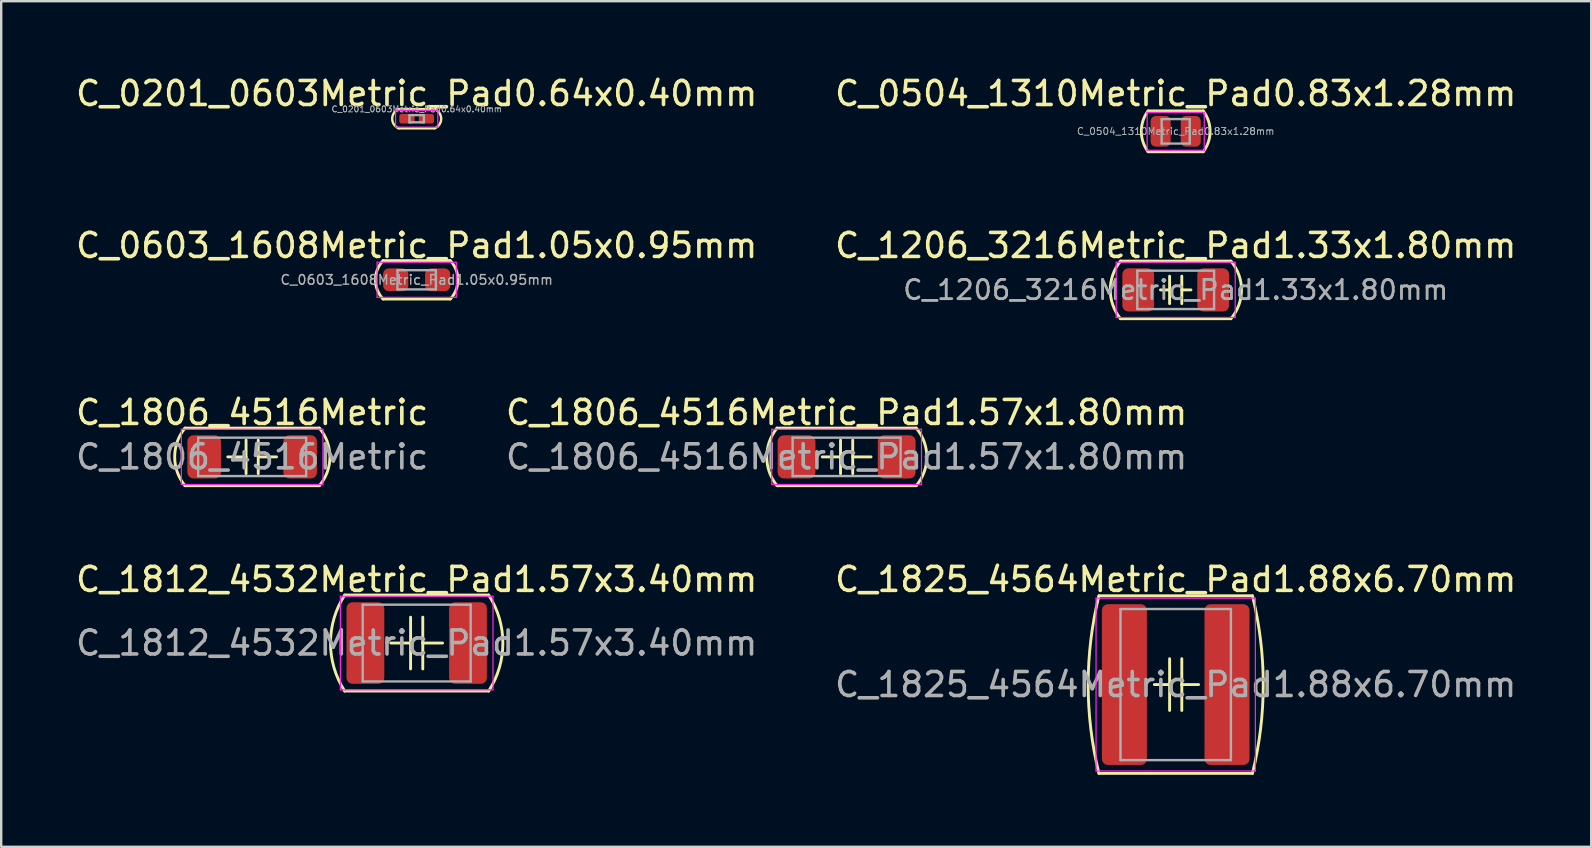
<source format=kicad_pcb>
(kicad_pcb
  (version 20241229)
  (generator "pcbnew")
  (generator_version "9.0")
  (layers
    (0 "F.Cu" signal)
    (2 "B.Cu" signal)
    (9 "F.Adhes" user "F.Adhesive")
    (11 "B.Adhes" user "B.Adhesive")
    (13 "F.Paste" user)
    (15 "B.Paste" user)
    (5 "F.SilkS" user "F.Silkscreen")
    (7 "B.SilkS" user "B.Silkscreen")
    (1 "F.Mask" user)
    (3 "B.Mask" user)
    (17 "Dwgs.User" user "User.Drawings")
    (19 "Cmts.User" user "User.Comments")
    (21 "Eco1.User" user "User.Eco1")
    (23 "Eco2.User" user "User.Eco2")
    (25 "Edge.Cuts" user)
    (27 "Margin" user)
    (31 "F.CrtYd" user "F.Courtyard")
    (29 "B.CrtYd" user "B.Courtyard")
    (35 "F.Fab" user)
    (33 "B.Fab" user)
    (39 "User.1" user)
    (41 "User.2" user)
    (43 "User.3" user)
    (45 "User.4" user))
  (footprint "C_1825_4564Metric_Pad1.88x6.70mm"
    (layer "F.Cu")
    (at 45.946 25.479)
    (property "Reference" "C_1825_4564Metric_Pad1.88x6.70mm" (at 0 -4.381 0) (layer "F.SilkS") (effects (font (size 1 1) (thickness 0.15))))
    (attr smd)
    (fp_line (start -3.2 3.7) (end 3.2 3.7) (stroke (width 0.12) (type solid)) (layer "F.SilkS"))
    (fp_line (start -0.254 -1.079) (end -0.254 0) (stroke (width 0.12) (type solid)) (layer "F.SilkS"))
    (fp_line (start -0.254 0) (end -0.889 0) (stroke (width 0.12) (type solid)) (layer "F.SilkS"))
    (fp_line (start -0.254 0) (end -0.254 1.079) (stroke (width 0.12) (type solid)) (layer "F.SilkS"))
    (fp_line (start 0.254 -1.079) (end 0.254 0) (stroke (width 0.12) (type solid)) (layer "F.SilkS"))
    (fp_line (start 0.254 0) (end 0.254 1.079) (stroke (width 0.12) (type solid)) (layer "F.SilkS"))
    (fp_line (start 0.254 0) (end 0.953 0) (stroke (width 0.12) (type solid)) (layer "F.SilkS"))
    (fp_line (start 3.2 -3.7) (end -3.2 -3.7) (stroke (width 0.12) (type solid)) (layer "F.SilkS"))
    (fp_arc (start -3.2 3.7) (mid -3.64832 0) (end -3.2 -3.7) (stroke (width 0.12) (type solid)) (layer "F.SilkS"))
    (fp_arc (start 3.2 -3.7) (mid 3.64832 0) (end 3.2 3.7) (stroke (width 0.12) (type solid)) (layer "F.SilkS"))
    (fp_line (start -3.32 -3.6) (end 3.32 -3.6) (stroke (width 0.05) (type solid)) (layer "F.CrtYd"))
    (fp_line (start -3.32 3.6) (end -3.32 -3.6) (stroke (width 0.05) (type solid)) (layer "F.CrtYd"))
    (fp_line (start 3.32 -3.6) (end 3.32 3.6) (stroke (width 0.05) (type solid)) (layer "F.CrtYd"))
    (fp_line (start 3.32 3.6) (end -3.32 3.6) (stroke (width 0.05) (type solid)) (layer "F.CrtYd"))
    (fp_line (start -2.3 -3.15) (end 2.3 -3.15) (stroke (width 0.1) (type solid)) (layer "F.Fab"))
    (fp_line (start -2.3 3.15) (end -2.3 -3.15) (stroke (width 0.1) (type solid)) (layer "F.Fab"))
    (fp_line (start 2.3 -3.15) (end 2.3 3.15) (stroke (width 0.1) (type solid)) (layer "F.Fab"))
    (fp_line (start 2.3 3.15) (end -2.3 3.15) (stroke (width 0.1) (type solid)) (layer "F.Fab"))
    (fp_text user "${REFERENCE}" (at 0 0 0) (layer "F.Fab") (effects (font (size 1 1) (thickness 0.15))))
    (pad "1" smd roundrect (at -2.138 0) (size 1.875 6.7) (layers "F.Cu" "F.Mask" "F.Paste") (roundrect_rratio 0.133))
    (pad "2" smd roundrect (at 2.138 0) (size 1.875 6.7) (layers "F.Cu" "F.Mask" "F.Paste") (roundrect_rratio 0.133)))
  (footprint "C_1806_4516Metric"
    (layer "F.Cu")
    (at 7.458 15.99)
    (property "Reference" "C_1806_4516Metric" (at 0 -1.85 0) (layer "F.SilkS") (effects (font (size 1 1) (thickness 0.15))))
    (attr smd)
    (fp_line (start -2.8 1.2) (end 2.8 1.2) (stroke (width 0.12) (type solid)) (layer "F.SilkS"))
    (fp_line (start -1.016 0) (end -0.254 0) (stroke (width 0.12) (type solid)) (layer "F.SilkS"))
    (fp_line (start -0.254 -0.699) (end -0.254 0.699) (stroke (width 0.12) (type solid)) (layer "F.SilkS"))
    (fp_line (start 0.254 -0.699) (end 0.254 0.699) (stroke (width 0.12) (type solid)) (layer "F.SilkS"))
    (fp_line (start 0.254 0) (end 1.016 0) (stroke (width 0.12) (type solid)) (layer "F.SilkS"))
    (fp_line (start 2.8 -1.2) (end -2.8 -1.2) (stroke (width 0.12) (type solid)) (layer "F.SilkS"))
    (fp_arc (start -2.8 1.2) (mid -3.228355 0) (end -2.8 -1.2) (stroke (width 0.12) (type solid)) (layer "F.SilkS"))
    (fp_arc (start 2.8 -1.2) (mid 3.241073 0) (end 2.8 1.2) (stroke (width 0.12) (type solid)) (layer "F.SilkS"))
    (fp_line (start -2.95 -1.15) (end 2.95 -1.15) (stroke (width 0.05) (type solid)) (layer "F.CrtYd"))
    (fp_line (start -2.95 1.15) (end -2.95 -1.15) (stroke (width 0.05) (type solid)) (layer "F.CrtYd"))
    (fp_line (start 2.95 -1.15) (end 2.95 1.15) (stroke (width 0.05) (type solid)) (layer "F.CrtYd"))
    (fp_line (start 2.95 1.15) (end -2.95 1.15) (stroke (width 0.05) (type solid)) (layer "F.CrtYd"))
    (fp_line (start -2.25 -0.8) (end 2.25 -0.8) (stroke (width 0.1) (type solid)) (layer "F.Fab"))
    (fp_line (start -2.25 0.8) (end -2.25 -0.8) (stroke (width 0.1) (type solid)) (layer "F.Fab"))
    (fp_line (start 2.25 -0.8) (end 2.25 0.8) (stroke (width 0.1) (type solid)) (layer "F.Fab"))
    (fp_line (start 2.25 0.8) (end -2.25 0.8) (stroke (width 0.1) (type solid)) (layer "F.Fab"))
    (fp_text user "${REFERENCE}" (at 0 0 0) (layer "F.Fab") (effects (font (size 1 1) (thickness 0.15))))
    (pad "1" smd roundrect (at -2 0) (size 1.4 1.8) (layers "F.Cu" "F.Mask" "F.Paste") (roundrect_rratio 0.179))
    (pad "2" smd roundrect (at 2 0) (size 1.4 1.8) (layers "F.Cu" "F.Mask" "F.Paste") (roundrect_rratio 0.179)))
  (footprint "C_1206_3216Metric_Pad1.33x1.80mm"
    (layer "F.Cu")
    (at 45.946 9.031)
    (property "Reference" "C_1206_3216Metric_Pad1.33x1.80mm" (at 0 -1.85 0) (layer "F.SilkS") (effects (font (size 1 1) (thickness 0.15))))
    (attr smd)
    (fp_line (start -2.3 1.2) (end 2.3 1.2) (stroke (width 0.12) (type solid)) (layer "F.SilkS"))
    (fp_line (start -0.254 -0.572) (end -0.254 0.572) (stroke (width 0.12) (type solid)) (layer "F.SilkS"))
    (fp_line (start -0.254 0) (end -0.635 0) (stroke (width 0.12) (type solid)) (layer "F.SilkS"))
    (fp_line (start 0.254 -0.572) (end 0.254 0.572) (stroke (width 0.12) (type solid)) (layer "F.SilkS"))
    (fp_line (start 0.254 0) (end 0.635 0) (stroke (width 0.12) (type solid)) (layer "F.SilkS"))
    (fp_line (start 2.3 -1.2) (end -2.3 -1.2) (stroke (width 0.12) (type solid)) (layer "F.SilkS"))
    (fp_arc (start -2.3 1.2) (mid -2.726625 0) (end -2.3 -1.2) (stroke (width 0.12) (type solid)) (layer "F.SilkS"))
    (fp_arc (start 2.3 -1.2) (mid 2.741962 0) (end 2.3 1.2) (stroke (width 0.12) (type solid)) (layer "F.SilkS"))
    (fp_line (start -2.48 -1.15) (end 2.48 -1.15) (stroke (width 0.05) (type solid)) (layer "F.CrtYd"))
    (fp_line (start -2.48 1.15) (end -2.48 -1.15) (stroke (width 0.05) (type solid)) (layer "F.CrtYd"))
    (fp_line (start 2.48 -1.15) (end 2.48 1.15) (stroke (width 0.05) (type solid)) (layer "F.CrtYd"))
    (fp_line (start 2.48 1.15) (end -2.48 1.15) (stroke (width 0.05) (type solid)) (layer "F.CrtYd"))
    (fp_line (start -1.6 -0.8) (end 1.6 -0.8) (stroke (width 0.1) (type solid)) (layer "F.Fab"))
    (fp_line (start -1.6 0.8) (end -1.6 -0.8) (stroke (width 0.1) (type solid)) (layer "F.Fab"))
    (fp_line (start 1.6 -0.8) (end 1.6 0.8) (stroke (width 0.1) (type solid)) (layer "F.Fab"))
    (fp_line (start 1.6 0.8) (end -1.6 0.8) (stroke (width 0.1) (type solid)) (layer "F.Fab"))
    (fp_text user "${REFERENCE}" (at 0 0 0) (layer "F.Fab") (effects (font (size 0.8 0.8) (thickness 0.12))))
    (pad "1" smd roundrect (at -1.562 0) (size 1.325 1.8) (layers "F.Cu" "F.Mask" "F.Paste") (roundrect_rratio 0.189))
    (pad "2" smd roundrect (at 1.562 0) (size 1.325 1.8) (layers "F.Cu" "F.Mask" "F.Paste") (roundrect_rratio 0.189)))
  (footprint "C_0504_1310Metric_Pad0.83x1.28mm"
    (layer "F.Cu")
    (at 45.946 2.423)
    (property "Reference" "C_0504_1310Metric_Pad0.83x1.28mm" (at 0 -1.575 0) (layer "F.SilkS") (effects (font (size 1 1) (thickness 0.15))))
    (attr smd)
    (fp_line (start -1.15 0.85) (end 1.15 0.85) (stroke (width 0.12) (type solid)) (layer "F.SilkS"))
    (fp_line (start 1.15 -0.85) (end -1.15 -0.85) (stroke (width 0.12) (type solid)) (layer "F.SilkS"))
    (fp_arc (start -1.15 0.85) (mid -1.432958 0) (end -1.15 -0.85) (stroke (width 0.12) (type solid)) (layer "F.SilkS"))
    (fp_arc (start 1.15 -0.85) (mid 1.432958 0) (end 1.15 0.85) (stroke (width 0.12) (type solid)) (layer "F.SilkS"))
    (fp_line (start -1.19 -0.79) (end 1.19 -0.79) (stroke (width 0.05) (type solid)) (layer "F.CrtYd"))
    (fp_line (start -1.19 0.79) (end -1.19 -0.79) (stroke (width 0.05) (type solid)) (layer "F.CrtYd"))
    (fp_line (start 1.19 -0.79) (end 1.19 0.79) (stroke (width 0.05) (type solid)) (layer "F.CrtYd"))
    (fp_line (start 1.19 0.79) (end -1.19 0.79) (stroke (width 0.05) (type solid)) (layer "F.CrtYd"))
    (fp_line (start -0.585 -0.51) (end 0.585 -0.51) (stroke (width 0.1) (type solid)) (layer "F.Fab"))
    (fp_line (start -0.585 0.51) (end -0.585 -0.51) (stroke (width 0.1) (type solid)) (layer "F.Fab"))
    (fp_line (start 0.585 -0.51) (end 0.585 0.51) (stroke (width 0.1) (type solid)) (layer "F.Fab"))
    (fp_line (start 0.585 0.51) (end -0.585 0.51) (stroke (width 0.1) (type solid)) (layer "F.Fab"))
    (fp_text user "${REFERENCE}" (at 0 0 0) (layer "F.Fab") (effects (font (size 0.29 0.29) (thickness 0.04))))
    (pad "1" smd roundrect (at -0.627 0) (size 0.835 1.28) (layers "F.Cu" "F.Mask" "F.Paste") (roundrect_rratio 0.25))
    (pad "2" smd roundrect (at 0.627 0) (size 0.835 1.28) (layers "F.Cu" "F.Mask" "F.Paste") (roundrect_rratio 0.25)))
  (footprint "C_0201_0603Metric_Pad0.64x0.40mm"
    (layer "F.Cu")
    (at 14.315 1.898)
    (property "Reference" "C_0201_0603Metric_Pad0.64x0.40mm" (at 0 -1.05 0) (layer "F.SilkS") (effects (font (size 1 1) (thickness 0.15))))
    (attr smd)
    (fp_line (start -0.75 0.4) (end 0.75 0.4) (stroke (width 0.1) (type solid)) (layer "F.SilkS"))
    (fp_line (start 0.75 -0.4) (end -0.75 -0.4) (stroke (width 0.1) (type solid)) (layer "F.SilkS"))
    (fp_arc (start -0.75 0.399998) (mid -1.020814 -0.000001) (end -0.75 -0.4) (stroke (width 0.1) (type solid)) (layer "F.SilkS"))
    (fp_arc (start 0.75 -0.4) (mid 1.020814 0) (end 0.75 0.4) (stroke (width 0.1) (type solid)) (layer "F.SilkS"))
    (fp_line (start -0.88 -0.35) (end 0.88 -0.35) (stroke (width 0.05) (type solid)) (layer "F.CrtYd"))
    (fp_line (start -0.88 0.35) (end -0.88 -0.35) (stroke (width 0.05) (type solid)) (layer "F.CrtYd"))
    (fp_line (start 0.88 -0.35) (end 0.88 0.35) (stroke (width 0.05) (type solid)) (layer "F.CrtYd"))
    (fp_line (start 0.88 0.35) (end -0.88 0.35) (stroke (width 0.05) (type solid)) (layer "F.CrtYd"))
    (fp_line (start -0.3 -0.15) (end 0.3 -0.15) (stroke (width 0.1) (type solid)) (layer "F.Fab"))
    (fp_line (start -0.3 0.15) (end -0.3 -0.15) (stroke (width 0.1) (type solid)) (layer "F.Fab"))
    (fp_line (start 0.3 -0.15) (end 0.3 0.15) (stroke (width 0.1) (type solid)) (layer "F.Fab"))
    (fp_line (start 0.3 0.15) (end -0.3 0.15) (stroke (width 0.1) (type solid)) (layer "F.Fab"))
    (fp_text user "${REFERENCE}" (at 0 -0.4 0) (layer "F.Fab") (effects (font (size 0.25 0.25) (thickness 0.04))))
    (pad "" smd roundrect (at -0.432 0) (size 0.458 0.36) (layers "F.Paste") (roundrect_rratio 0.25))
    (pad "" smd roundrect (at 0.432 0) (size 0.458 0.36) (layers "F.Paste") (roundrect_rratio 0.25))
    (pad "1" smd roundrect (at -0.407 0) (size 0.635 0.4) (layers "F.Cu" "F.Mask") (roundrect_rratio 0.25))
    (pad "2" smd roundrect (at 0.407 0) (size 0.635 0.4) (layers "F.Cu" "F.Mask") (roundrect_rratio 0.25)))
  (footprint "C_1806_4516Metric_Pad1.57x1.80mm"
    (layer "F.Cu")
    (at 32.232 15.99)
    (property "Reference" "C_1806_4516Metric_Pad1.57x1.80mm" (at 0 -1.85 0) (layer "F.SilkS") (effects (font (size 1 1) (thickness 0.15))))
    (attr smd)
    (fp_line (start -2.9 1.2) (end 2.9 1.2) (stroke (width 0.12) (type solid)) (layer "F.SilkS"))
    (fp_line (start -1.016 0) (end -0.254 0) (stroke (width 0.12) (type solid)) (layer "F.SilkS"))
    (fp_line (start -0.254 -0.699) (end -0.254 0.699) (stroke (width 0.12) (type solid)) (layer "F.SilkS"))
    (fp_line (start 0.254 -0.699) (end 0.254 0.699) (stroke (width 0.12) (type solid)) (layer "F.SilkS"))
    (fp_line (start 0.254 0) (end 1.016 0) (stroke (width 0.12) (type solid)) (layer "F.SilkS"))
    (fp_line (start 2.9 -1.2) (end -2.9 -1.2) (stroke (width 0.12) (type solid)) (layer "F.SilkS"))
    (fp_arc (start -2.9 1.2) (mid -3.328355 0) (end -2.9 -1.2) (stroke (width 0.12) (type solid)) (layer "F.SilkS"))
    (fp_arc (start 2.9 -1.2) (mid 3.341073 0) (end 2.9 1.2) (stroke (width 0.12) (type solid)) (layer "F.SilkS"))
    (fp_line (start -3.12 -1.15) (end 3.12 -1.15) (stroke (width 0.05) (type solid)) (layer "F.CrtYd"))
    (fp_line (start -3.12 1.15) (end -3.12 -1.15) (stroke (width 0.05) (type solid)) (layer "F.CrtYd"))
    (fp_line (start 3.12 -1.15) (end 3.12 1.15) (stroke (width 0.05) (type solid)) (layer "F.CrtYd"))
    (fp_line (start 3.12 1.15) (end -3.12 1.15) (stroke (width 0.05) (type solid)) (layer "F.CrtYd"))
    (fp_line (start -2.25 -0.8) (end 2.25 -0.8) (stroke (width 0.1) (type solid)) (layer "F.Fab"))
    (fp_line (start -2.25 0.8) (end -2.25 -0.8) (stroke (width 0.1) (type solid)) (layer "F.Fab"))
    (fp_line (start 2.25 -0.8) (end 2.25 0.8) (stroke (width 0.1) (type solid)) (layer "F.Fab"))
    (fp_line (start 2.25 0.8) (end -2.25 0.8) (stroke (width 0.1) (type solid)) (layer "F.Fab"))
    (fp_text user "${REFERENCE}" (at 0 0 0) (layer "F.Fab") (effects (font (size 1 1) (thickness 0.15))))
    (pad "1" smd roundrect (at -2.087 0) (size 1.575 1.8) (layers "F.Cu" "F.Mask" "F.Paste") (roundrect_rratio 0.159))
    (pad "2" smd roundrect (at 2.087 0) (size 1.575 1.8) (layers "F.Cu" "F.Mask" "F.Paste") (roundrect_rratio 0.159)))
  (footprint "C_0603_1608Metric_Pad1.05x0.95mm"
    (layer "F.Cu")
    (at 14.315 8.611)
    (property "Reference" "C_0603_1608Metric_Pad1.05x0.95mm" (at 0 -1.43 0) (layer "F.SilkS") (effects (font (size 1 1) (thickness 0.15))))
    (attr smd)
    (fp_line (start -1.4 0.8) (end 1.4 0.8) (stroke (width 0.12) (type solid)) (layer "F.SilkS"))
    (fp_line (start 1.4 -0.8) (end -1.4 -0.8) (stroke (width 0.12) (type solid)) (layer "F.SilkS"))
    (fp_arc (start -1.4 0.800002) (mid -1.719939 0.000001) (end -1.4 -0.8) (stroke (width 0.12) (type solid)) (layer "F.SilkS"))
    (fp_arc (start 1.4 -0.800002) (mid 1.719939 -0.000001) (end 1.4 0.8) (stroke (width 0.12) (type solid)) (layer "F.SilkS"))
    (fp_line (start -1.65 -0.73) (end 1.65 -0.73) (stroke (width 0.05) (type solid)) (layer "F.CrtYd"))
    (fp_line (start -1.65 0.73) (end -1.65 -0.73) (stroke (width 0.05) (type solid)) (layer "F.CrtYd"))
    (fp_line (start 1.65 -0.73) (end 1.65 0.73) (stroke (width 0.05) (type solid)) (layer "F.CrtYd"))
    (fp_line (start 1.65 0.73) (end -1.65 0.73) (stroke (width 0.05) (type solid)) (layer "F.CrtYd"))
    (fp_line (start -0.8 -0.4) (end 0.8 -0.4) (stroke (width 0.1) (type solid)) (layer "F.Fab"))
    (fp_line (start -0.8 0.4) (end -0.8 -0.4) (stroke (width 0.1) (type solid)) (layer "F.Fab"))
    (fp_line (start 0.8 -0.4) (end 0.8 0.4) (stroke (width 0.1) (type solid)) (layer "F.Fab"))
    (fp_line (start 0.8 0.4) (end -0.8 0.4) (stroke (width 0.1) (type solid)) (layer "F.Fab"))
    (fp_text user "${REFERENCE}" (at 0 0 0) (layer "F.Fab") (effects (font (size 0.4 0.4) (thickness 0.06))))
    (pad "1" smd roundrect (at -0.875 0) (size 1.05 0.95) (layers "F.Cu" "F.Mask" "F.Paste") (roundrect_rratio 0.25))
    (pad "2" smd roundrect (at 0.875 0) (size 1.05 0.95) (layers "F.Cu" "F.Mask" "F.Paste") (roundrect_rratio 0.25)))
  (footprint "C_1812_4532Metric_Pad1.57x3.40mm"
    (layer "F.Cu")
    (at 14.315 23.748)
    (property "Reference" "C_1812_4532Metric_Pad1.57x3.40mm" (at 0 -2.65 0) (layer "F.SilkS") (effects (font (size 1 1) (thickness 0.15))))
    (attr smd)
    (fp_line (start -3 2) (end 3 2) (stroke (width 0.12) (type solid)) (layer "F.SilkS"))
    (fp_line (start -0.254 -1.079) (end -0.254 0) (stroke (width 0.12) (type solid)) (layer "F.SilkS"))
    (fp_line (start -0.254 0) (end -1.079 0) (stroke (width 0.12) (type solid)) (layer "F.SilkS"))
    (fp_line (start -0.254 0) (end -0.254 1.079) (stroke (width 0.12) (type solid)) (layer "F.SilkS"))
    (fp_line (start 0.254 -1.079) (end 0.254 0) (stroke (width 0.12) (type solid)) (layer "F.SilkS"))
    (fp_line (start 0.254 0) (end 0.254 1.079) (stroke (width 0.12) (type solid)) (layer "F.SilkS"))
    (fp_line (start 0.254 0) (end 1.079 0) (stroke (width 0.12) (type solid)) (layer "F.SilkS"))
    (fp_line (start 3 -2) (end -3 -2) (stroke (width 0.12) (type solid)) (layer "F.SilkS"))
    (fp_arc (start -3 2) (mid -3.591673 0) (end -3 -2) (stroke (width 0.12) (type solid)) (layer "F.SilkS"))
    (fp_arc (start 3 -2) (mid 3.591673 0) (end 3 2) (stroke (width 0.12) (type solid)) (layer "F.SilkS"))
    (fp_line (start -3.18 -1.95) (end 3.18 -1.95) (stroke (width 0.05) (type solid)) (layer "F.CrtYd"))
    (fp_line (start -3.18 1.95) (end -3.18 -1.95) (stroke (width 0.05) (type solid)) (layer "F.CrtYd"))
    (fp_line (start 3.18 -1.95) (end 3.18 1.95) (stroke (width 0.05) (type solid)) (layer "F.CrtYd"))
    (fp_line (start 3.18 1.95) (end -3.18 1.95) (stroke (width 0.05) (type solid)) (layer "F.CrtYd"))
    (fp_line (start -2.25 -1.6) (end 2.25 -1.6) (stroke (width 0.1) (type solid)) (layer "F.Fab"))
    (fp_line (start -2.25 1.6) (end -2.25 -1.6) (stroke (width 0.1) (type solid)) (layer "F.Fab"))
    (fp_line (start 2.25 -1.6) (end 2.25 1.6) (stroke (width 0.1) (type solid)) (layer "F.Fab"))
    (fp_line (start 2.25 1.6) (end -2.25 1.6) (stroke (width 0.1) (type solid)) (layer "F.Fab"))
    (fp_text user "${REFERENCE}" (at 0 0 0) (layer "F.Fab") (effects (font (size 1 1) (thickness 0.15))))
    (pad "1" smd roundrect (at -2.138 0) (size 1.575 3.4) (layers "F.Cu" "F.Mask" "F.Paste") (roundrect_rratio 0.159))
    (pad "2" smd roundrect (at 2.138 0) (size 1.575 3.4) (layers "F.Cu" "F.Mask" "F.Paste") (roundrect_rratio 0.159)))
  (gr_rect
    (start -3 -3)
    (end 63.262 32.239)
    (stroke (width 0.1) (type default))
    (fill no)
    (layer "Edge.Cuts")))
</source>
